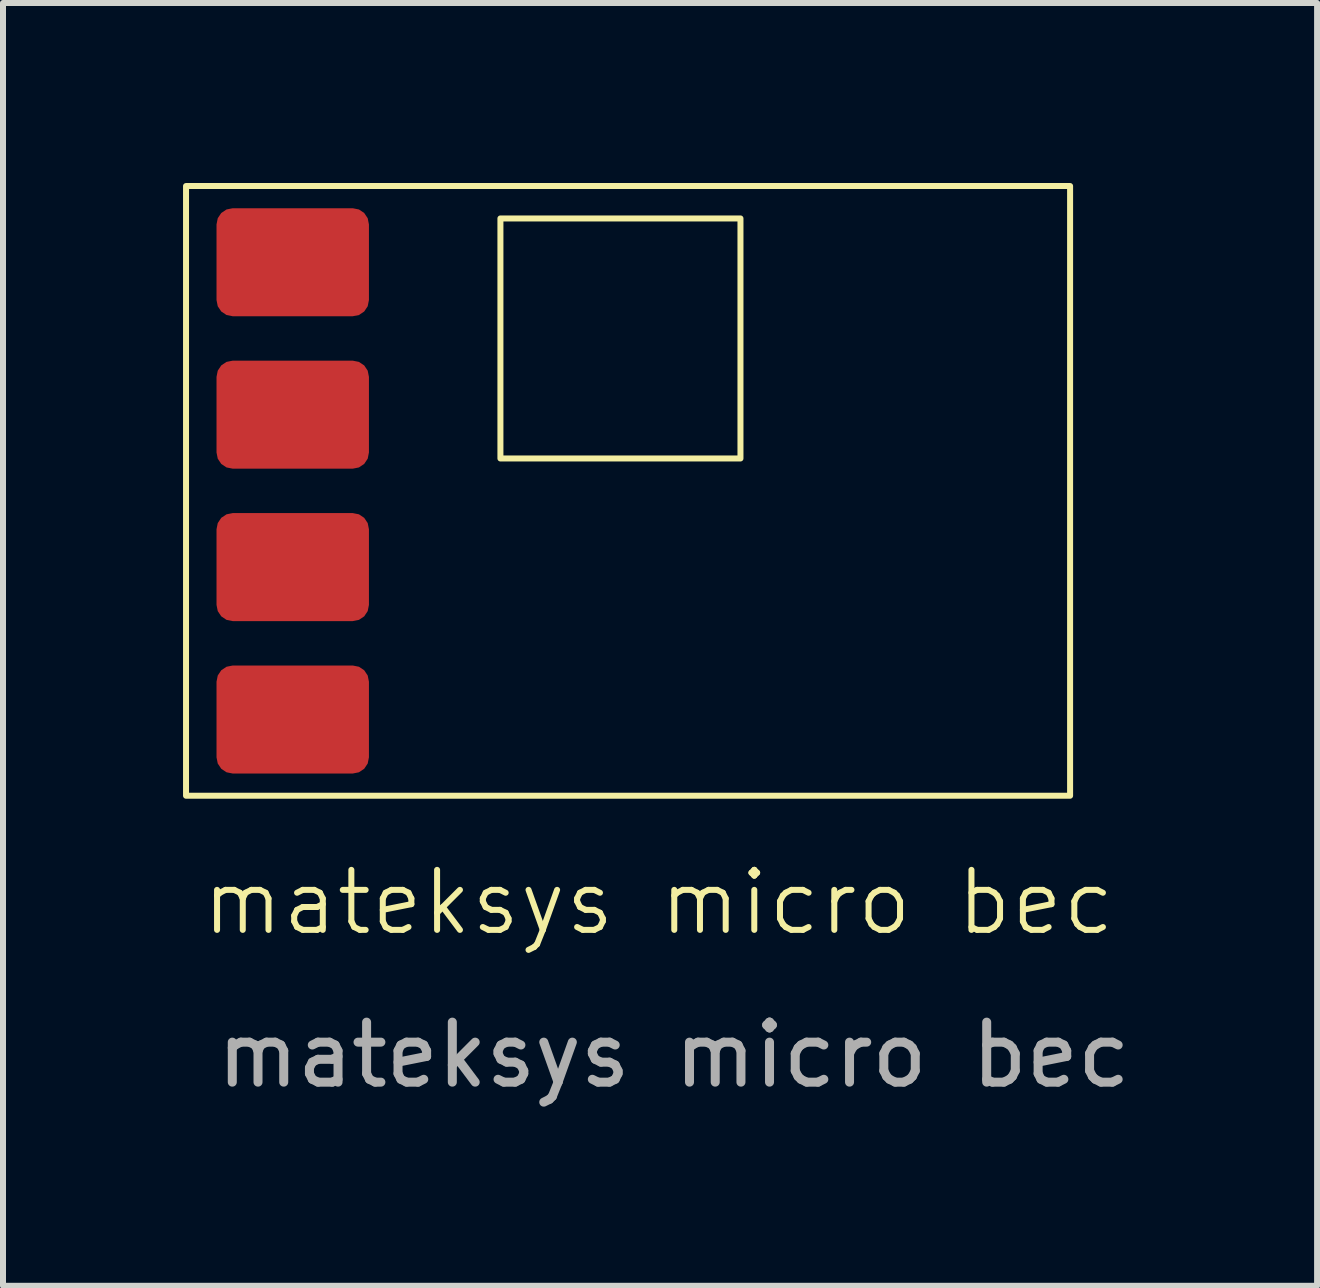
<source format=kicad_pcb>
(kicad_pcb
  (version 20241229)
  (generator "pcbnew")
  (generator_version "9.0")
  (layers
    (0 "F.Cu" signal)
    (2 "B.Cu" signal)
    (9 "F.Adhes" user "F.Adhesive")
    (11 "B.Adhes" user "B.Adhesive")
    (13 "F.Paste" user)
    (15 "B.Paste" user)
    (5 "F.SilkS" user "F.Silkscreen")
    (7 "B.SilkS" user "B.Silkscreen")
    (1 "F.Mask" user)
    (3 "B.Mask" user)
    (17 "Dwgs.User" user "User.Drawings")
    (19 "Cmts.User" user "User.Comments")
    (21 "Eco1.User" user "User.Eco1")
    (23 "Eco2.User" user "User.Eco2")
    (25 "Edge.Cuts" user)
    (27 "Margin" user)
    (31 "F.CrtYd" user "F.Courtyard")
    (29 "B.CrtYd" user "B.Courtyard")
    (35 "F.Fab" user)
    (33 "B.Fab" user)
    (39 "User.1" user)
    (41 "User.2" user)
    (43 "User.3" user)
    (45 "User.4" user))
  (footprint "mateksys micro bec"
    (layer "F.Cu")
    (at 7.416 5.13)
    (property "Reference" "mateksys micro bec" (at 0.508 6.858 0) (unlocked yes) (layer "F.SilkS") (effects (font (size 1 1) (thickness 0.1))))
    (attr through_hole)
    (fp_rect (start -7.366 -5.08) (end 7.366 5.08) (stroke (width 0.1) (type default)) (fill no) (layer "F.SilkS"))
    (fp_rect (start -2.127 -4.54) (end 1.873 -0.54) (stroke (width 0.1) (type solid)) (fill no) (layer "F.SilkS"))
    (fp_text user "${REFERENCE}" (at 0.762 9.398 0) (unlocked yes) (layer "F.Fab") (effects (font (size 1 1) (thickness 0.15))))
    (pad "1" smd roundrect (at -5.588 -3.81) (size 2.54 1.8) (layers "F.Cu" "F.Mask" "F.Paste") (roundrect_rratio 0.15))
    (pad "2" smd roundrect (at -5.588 -1.27) (size 2.54 1.8) (layers "F.Cu" "F.Mask" "F.Paste") (roundrect_rratio 0.15))
    (pad "3" smd roundrect (at -5.588 1.27) (size 2.54 1.8) (layers "F.Cu" "F.Mask" "F.Paste") (roundrect_rratio 0.15))
    (pad "4" smd roundrect (at -5.588 3.81) (size 2.54 1.8) (layers "F.Cu" "F.Mask" "F.Paste") (roundrect_rratio 0.15)))
  (gr_rect
    (start -3 -3)
    (end 18.898 18.376)
    (stroke (width 0.1) (type default))
    (fill no)
    (layer "Edge.Cuts")))
</source>
